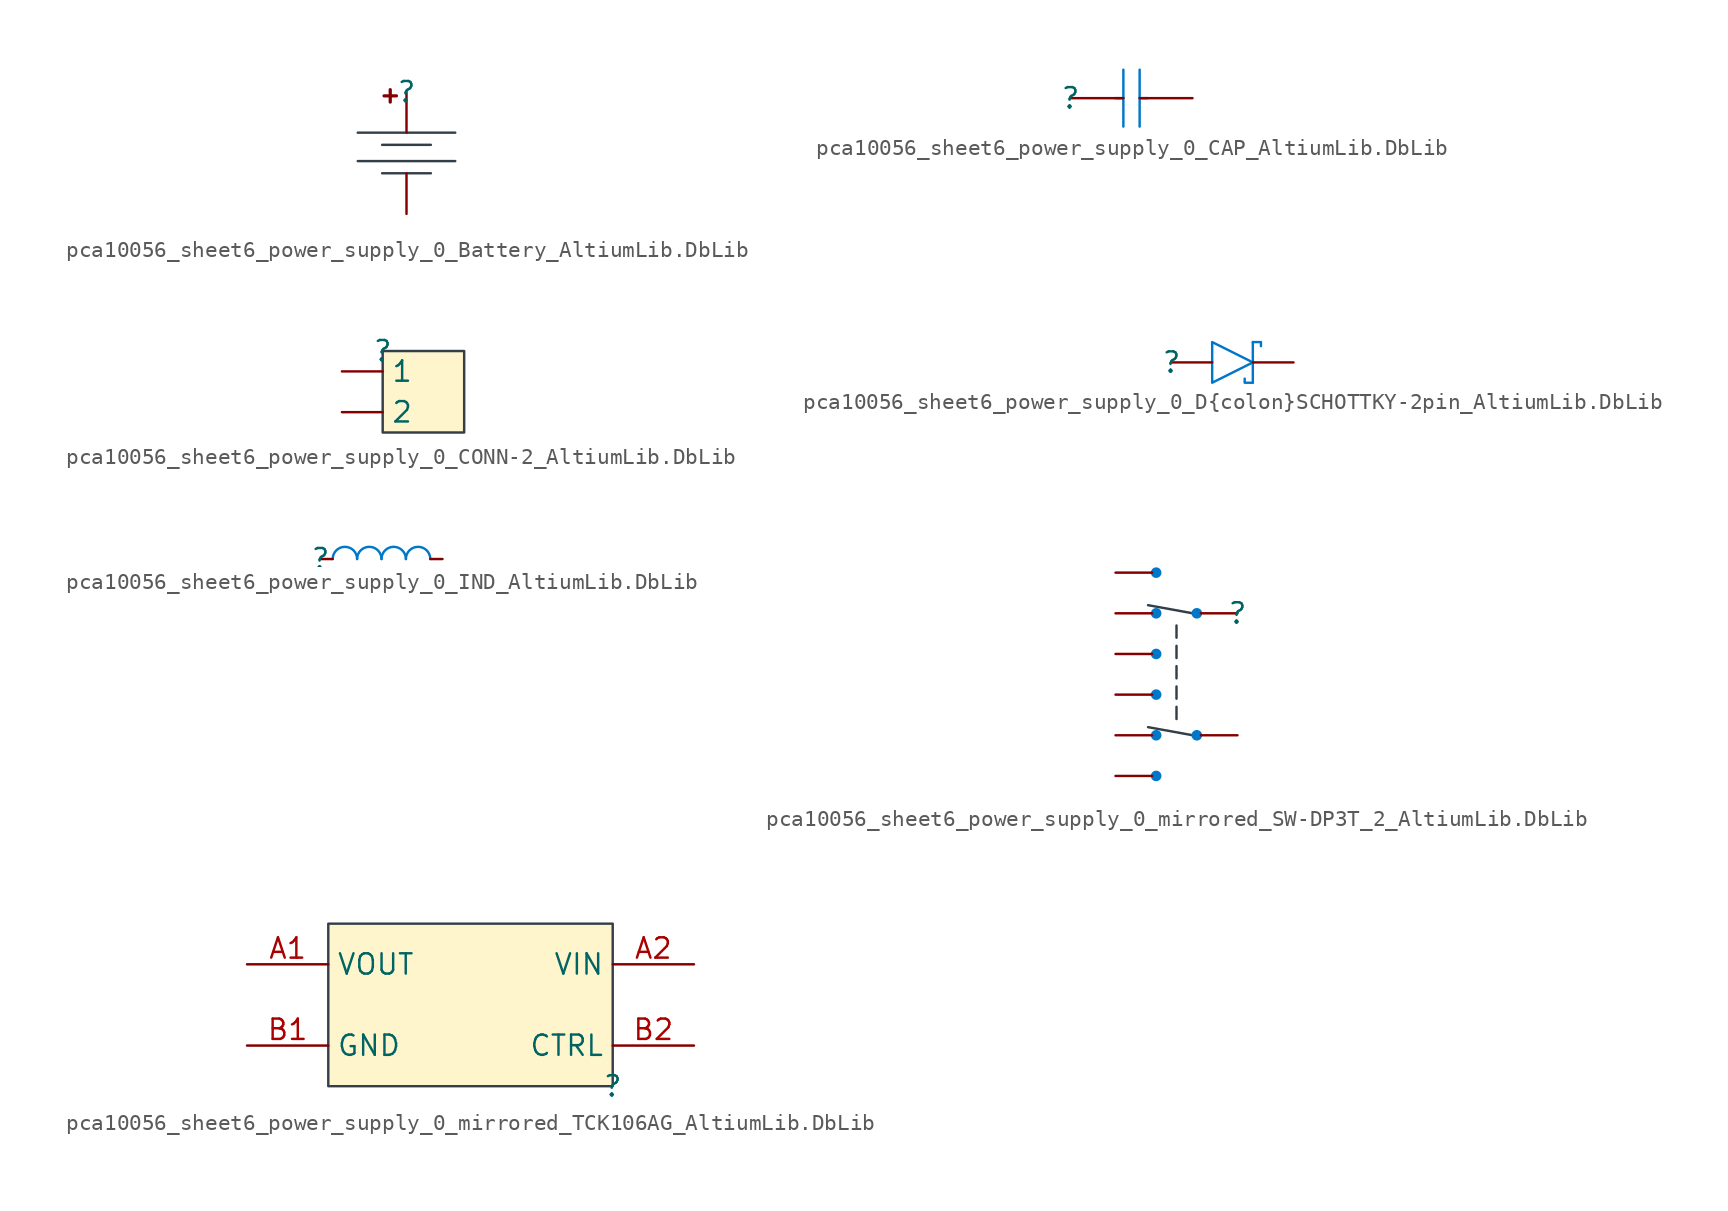
<source format=kicad_sym>
(kicad_symbol_lib
  (version 20241209)
  (generator "kicad_symbol_editor")
  (generator_version "9.0")
  (symbol "pca10056_sheet6_power_supply_0_Battery_AltiumLib.DbLib"
    (pin_numbers
      (hide yes))
    (pin_names
      (hide yes))
    (property "Reference" ""
      (at 0 0 0)
      (effects (font (size 1.27 1.27))))
    (property "Value" ""
      (at 0 0 0)
      (effects (font (size 1.27 1.27))))
    (symbol "pca10056_sheet6_power_supply_0_Battery_AltiumLib.DbLib_1_0"
      (polyline (pts (xy -3.048 -2.54) (xy 3.048 -2.54)) (stroke (width 0) (type solid) (color 51 63 72 1)) (fill (type none)))
      (polyline (pts (xy -3.048 -4.318) (xy 3.048 -4.318)) (stroke (width 0) (type solid) (color 51 63 72 1)) (fill (type none)))
      (polyline (pts (xy -1.524 -3.302) (xy 1.524 -3.302)) (stroke (width 0) (type solid) (color 51 63 72 1)) (fill (type none)))
      (polyline (pts (xy -1.524 -5.08) (xy 1.524 -5.08)) (stroke (width 0) (type solid) (color 51 63 72 1)) (fill (type none)))
      (text "+" (at -0.254 -0.762 0) (effects (font (size 1.016 1.016) (thickness 0.203) (bold yes)) (justify right bottom)))
      (pin passive line (at 0 0 270) (length 2.54) (name "" (effects (font (size 1.27 1.27)))) (number "1" (effects (font (size 1.27 1.27)))))
      (pin passive line (at 0 -7.62 90) (length 2.54) (name "" (effects (font (size 1.27 1.27)))) (number "2" (effects (font (size 1.27 1.27)))))))
  (symbol "pca10056_sheet6_power_supply_0_CAP_AltiumLib.DbLib"
    (pin_numbers
      (hide yes))
    (pin_names
      (hide yes))
    (property "Reference" ""
      (at 0 0 0)
      (effects (font (size 1.27 1.27))))
    (property "Value" ""
      (at 0 0 0)
      (effects (font (size 1.27 1.27))))
    (symbol "pca10056_sheet6_power_supply_0_CAP_AltiumLib.DbLib_1_0"
      (polyline (pts (xy 3.302 0) (xy 2.794 0)) (stroke (width 0) (type solid) (color 0 119 200 1)) (fill (type none)))
      (polyline (pts (xy 3.302 -1.778) (xy 3.302 1.778)) (stroke (width 0) (type solid) (color 0 119 200 1)) (fill (type none)))
      (polyline (pts (xy 4.318 0) (xy 4.826 0)) (stroke (width 0) (type solid) (color 0 119 200 1)) (fill (type none)))
      (polyline (pts (xy 4.318 -1.778) (xy 4.318 1.778)) (stroke (width 0) (type solid) (color 0 119 200 1)) (fill (type none)))
      (pin passive line (at 0 0 0) (length 3.302) (name "1" (effects (font (size 1.27 1.27)))) (number "1" (effects (font (size 1.27 1.27)))))
      (pin passive line (at 7.62 0 180) (length 3.302) (name "2" (effects (font (size 1.27 1.27)))) (number "2" (effects (font (size 1.27 1.27)))))))
  (symbol "pca10056_sheet6_power_supply_0_CONN-2_AltiumLib.DbLib"
    (pin_numbers
      (hide yes))
    (property "Reference" ""
      (at 0 0 0)
      (effects (font (size 1.27 1.27))))
    (property "Value" ""
      (at 0 0 0)
      (effects (font (size 1.27 1.27))))
    (symbol "pca10056_sheet6_power_supply_0_CONN-2_AltiumLib.DbLib_1_0"
      (rectangle (start 5.08 0) (end 0 -5.08) (stroke (width 0) (type solid) (color 51 63 72 1)) (fill (type color) (color 255 245 204 1)))
      (pin passive line (at -2.54 -1.27 0) (length 2.54) (name "1" (effects (font (size 1.27 1.27)))) (number "1" (effects (font (size 1.27 1.27)))))
      (pin passive line (at -2.54 -3.81 0) (length 2.54) (name "2" (effects (font (size 1.27 1.27)))) (number "2" (effects (font (size 1.27 1.27)))))))
  (symbol "pca10056_sheet6_power_supply_0_D{colon}SCHOTTKY-2pin_AltiumLib.DbLib"
    (pin_numbers
      (hide yes))
    (pin_names
      (hide yes))
    (property "Reference" ""
      (at 0 0 0)
      (effects (font (size 1.27 1.27))))
    (property "Value" ""
      (at 0 0 0)
      (effects (font (size 1.27 1.27))))
    (symbol "pca10056_sheet6_power_supply_0_D{colon}SCHOTTKY-2pin_AltiumLib.DbLib_1_0"
      (polyline (pts (xy 2.54 -1.27) (xy 5.08 0) (xy 2.54 1.27) (xy 2.54 -1.27)) (stroke (width 0) (type solid) (color 0 119 200 1)) (fill (type none)))
      (polyline (pts (xy 5.08 1.27) (xy 5.588 1.27) (xy 5.588 1.016)) (stroke (width 0) (type solid) (color 0 119 200 1)) (fill (type none)))
      (polyline (pts (xy 5.08 0) (xy 5.08 1.27)) (stroke (width 0) (type solid) (color 0 119 200 1)) (fill (type none)))
      (polyline (pts (xy 5.08 -1.27) (xy 5.08 0)) (stroke (width 0) (type solid) (color 0 119 200 1)) (fill (type none)))
      (polyline (pts (xy 5.08 -1.27) (xy 4.572 -1.27) (xy 4.572 -1.016)) (stroke (width 0) (type solid) (color 0 119 200 1)) (fill (type none)))
      (pin passive line (at 0 0 0) (length 2.54) (name "A" (effects (font (size 1.27 1.27)))) (number "2" (effects (font (size 1.27 1.27)))))
      (pin passive line (at 7.62 0 180) (length 2.54) (name "C" (effects (font (size 1.27 1.27)))) (number "1" (effects (font (size 1.27 1.27)))))))
  (symbol "pca10056_sheet6_power_supply_0_IND_AltiumLib.DbLib"
    (pin_numbers
      (hide yes))
    (pin_names
      (hide yes))
    (property "Reference" ""
      (at 0 0 0)
      (effects (font (size 1.27 1.27))))
    (property "Value" ""
      (at 0 0 0)
      (effects (font (size 1.27 1.27))))
    (symbol "pca10056_sheet6_power_supply_0_IND_AltiumLib.DbLib_1_0"
      (arc (start 0.762 0) (mid 1.524 0.762) (end 2.286 0) (stroke (width 0) (type solid) (color 0 119 200 1)) (fill (type none)))
      (arc (start 2.286 0) (mid 3.048 0.762) (end 3.81 0) (stroke (width 0) (type solid) (color 0 119 200 1)) (fill (type none)))
      (arc (start 3.81 0) (mid 4.572 0.762) (end 5.334 0) (stroke (width 0) (type solid) (color 0 119 200 1)) (fill (type none)))
      (arc (start 5.334 0) (mid 6.096 0.762) (end 6.858 0) (stroke (width 0) (type solid) (color 0 119 200 1)) (fill (type none)))
      (pin passive line (at 0 0 0) (length 0.762) (name "1" (effects (font (size 1.27 1.27)))) (number "1" (effects (font (size 1.27 1.27)))))
      (pin passive line (at 7.62 0 180) (length 0.762) (name "2" (effects (font (size 1.27 1.27)))) (number "2" (effects (font (size 1.27 1.27)))))))
  (symbol "pca10056_sheet6_power_supply_0_mirrored_SW-DP3T_2_AltiumLib.DbLib"
    (pin_numbers
      (hide yes))
    (pin_names
      (hide yes))
    (property "Reference" ""
      (at 0 0 0)
      (effects (font (size 1.27 1.27))))
    (property "Value" ""
      (at 0 0 0)
      (effects (font (size 1.27 1.27))))
    (symbol "pca10056_sheet6_power_supply_0_mirrored_SW-DP3T_2_AltiumLib.DbLib_1_0"
      (circle (center -5.08 2.54) (radius 0.254) (stroke (width 0) (type solid) (color 0 119 200 1)) (fill (type outline)))
      (circle (center -5.08 0) (radius 0.254) (stroke (width 0) (type solid) (color 0 119 200 1)) (fill (type outline)))
      (circle (center -5.08 -2.54) (radius 0.254) (stroke (width 0) (type solid) (color 0 119 200 1)) (fill (type outline)))
      (circle (center -5.08 -5.08) (radius 0.254) (stroke (width 0) (type solid) (color 0 119 200 1)) (fill (type outline)))
      (circle (center -5.08 -7.62) (radius 0.254) (stroke (width 0) (type solid) (color 0 119 200 1)) (fill (type outline)))
      (circle (center -5.08 -10.16) (radius 0.254) (stroke (width 0) (type solid) (color 0 119 200 1)) (fill (type outline)))
      (polyline (pts (xy -3.81 -0.762) (xy -3.81 -1.524)) (stroke (width 0) (type solid) (color 51 63 72 1)) (fill (type none)))
      (polyline (pts (xy -3.81 -2.032) (xy -3.81 -2.794)) (stroke (width 0) (type solid) (color 51 63 72 1)) (fill (type none)))
      (polyline (pts (xy -3.81 -3.302) (xy -3.81 -4.064)) (stroke (width 0) (type solid) (color 51 63 72 1)) (fill (type none)))
      (polyline (pts (xy -3.81 -4.572) (xy -3.81 -5.334)) (stroke (width 0) (type solid) (color 51 63 72 1)) (fill (type none)))
      (polyline (pts (xy -3.81 -5.842) (xy -3.81 -6.604)) (stroke (width 0) (type solid) (color 51 63 72 1)) (fill (type none)))
      (polyline (pts (xy -2.794 0) (xy -5.588 0.508)) (stroke (width 0) (type solid) (color 51 63 72 1)) (fill (type none)))
      (polyline (pts (xy -2.794 -7.62) (xy -5.588 -7.112)) (stroke (width 0) (type solid) (color 51 63 72 1)) (fill (type none)))
      (circle (center -2.54 0) (radius 0.254) (stroke (width 0) (type solid) (color 0 119 200 1)) (fill (type outline)))
      (circle (center -2.54 -7.62) (radius 0.254) (stroke (width 0) (type solid) (color 0 119 200 1)) (fill (type outline)))
      (pin passive line (at -7.62 2.54 0) (length 2.286) (name "N.O" (effects (font (size 1.27 1.27)))) (number "1" (effects (font (size 1.27 1.27)))))
      (pin passive line (at -7.62 0 0) (length 2.286) (name "N.C" (effects (font (size 1.27 1.27)))) (number "2" (effects (font (size 1.27 1.27)))))
      (pin passive line (at -7.62 -2.54 0) (length 2.286) (name "N.O" (effects (font (size 1.27 1.27)))) (number "4" (effects (font (size 1.27 1.27)))))
      (pin passive line (at -7.62 -5.08 0) (length 2.286) (name "N.O" (effects (font (size 1.27 1.27)))) (number "5" (effects (font (size 1.27 1.27)))))
      (pin passive line (at -7.62 -7.62 0) (length 2.286) (name "N.C" (effects (font (size 1.27 1.27)))) (number "6" (effects (font (size 1.27 1.27)))))
      (pin passive line (at -7.62 -10.16 0) (length 2.286) (name "N.O" (effects (font (size 1.27 1.27)))) (number "8" (effects (font (size 1.27 1.27)))))
      (pin passive line (at 0 0 180) (length 2.286) (name "COM" (effects (font (size 1.27 1.27)))) (number "3" (effects (font (size 1.27 1.27)))))
      (pin passive line (at 0 -7.62 180) (length 2.286) (name "COM" (effects (font (size 1.27 1.27)))) (number "7" (effects (font (size 1.27 1.27)))))))
  (symbol "pca10056_sheet6_power_supply_0_mirrored_TCK106AG_AltiumLib.DbLib"
    (property "Reference" ""
      (at 0 0 0)
      (effects (font (size 1.27 1.27))))
    (property "Value" ""
      (at 0 0 0)
      (effects (font (size 1.27 1.27))))
    (symbol "pca10056_sheet6_power_supply_0_mirrored_TCK106AG_AltiumLib.DbLib_1_0"
      (rectangle (start 0 10.16) (end -17.78 0) (stroke (width 0) (type solid) (color 51 63 72 1)) (fill (type color) (color 255 245 204 1)))
      (pin power_in line (at -22.86 7.62 0) (length 5.08) (name "VOUT" (effects (font (size 1.27 1.27)))) (number "A1" (effects (font (size 1.27 1.27)))))
      (pin power_in line (at -22.86 2.54 0) (length 5.08) (name "GND" (effects (font (size 1.27 1.27)))) (number "B1" (effects (font (size 1.27 1.27)))))
      (pin power_in line (at 5.08 7.62 180) (length 5.08) (name "VIN" (effects (font (size 1.27 1.27)))) (number "A2" (effects (font (size 1.27 1.27)))))
      (pin input line (at 5.08 2.54 180) (length 5.08) (name "CTRL" (effects (font (size 1.27 1.27)))) (number "B2" (effects (font (size 1.27 1.27))))))))
</source>
